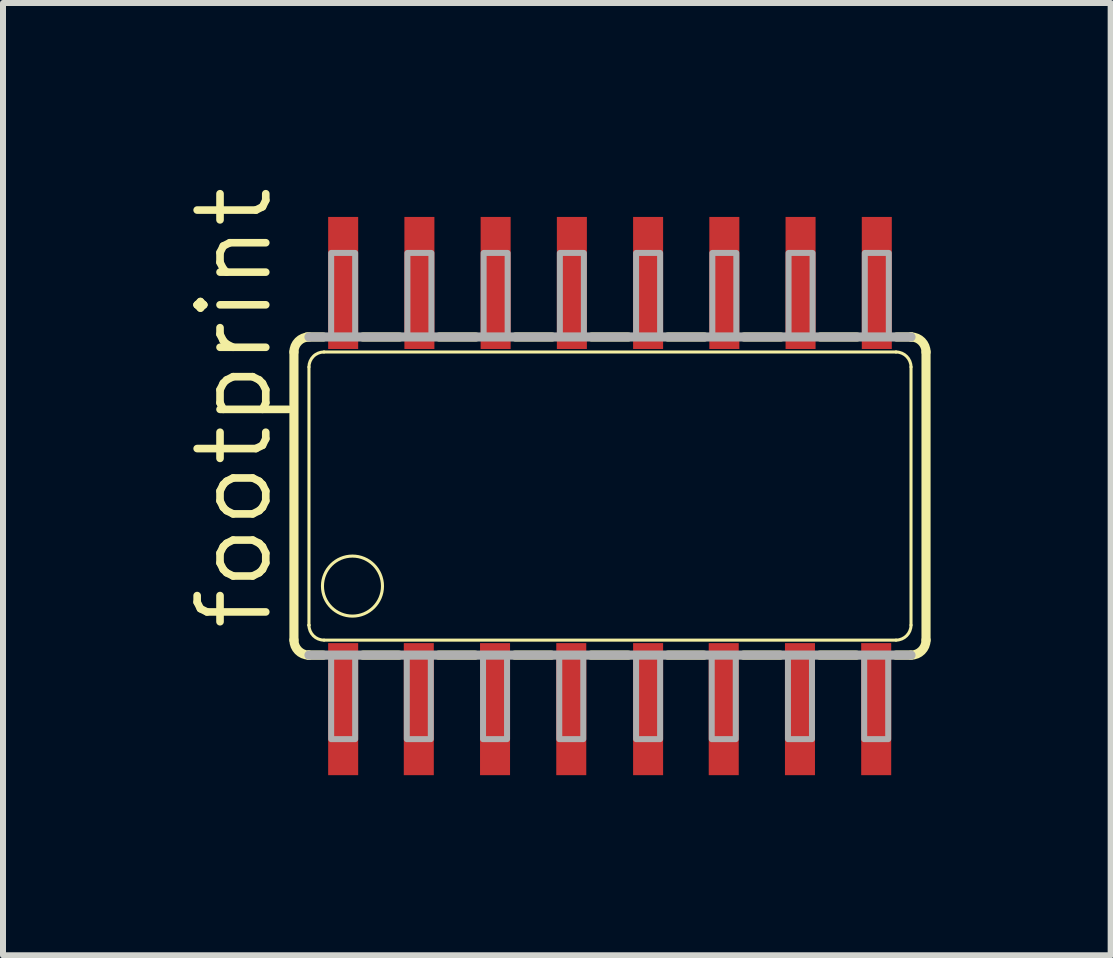
<source format=kicad_pcb>
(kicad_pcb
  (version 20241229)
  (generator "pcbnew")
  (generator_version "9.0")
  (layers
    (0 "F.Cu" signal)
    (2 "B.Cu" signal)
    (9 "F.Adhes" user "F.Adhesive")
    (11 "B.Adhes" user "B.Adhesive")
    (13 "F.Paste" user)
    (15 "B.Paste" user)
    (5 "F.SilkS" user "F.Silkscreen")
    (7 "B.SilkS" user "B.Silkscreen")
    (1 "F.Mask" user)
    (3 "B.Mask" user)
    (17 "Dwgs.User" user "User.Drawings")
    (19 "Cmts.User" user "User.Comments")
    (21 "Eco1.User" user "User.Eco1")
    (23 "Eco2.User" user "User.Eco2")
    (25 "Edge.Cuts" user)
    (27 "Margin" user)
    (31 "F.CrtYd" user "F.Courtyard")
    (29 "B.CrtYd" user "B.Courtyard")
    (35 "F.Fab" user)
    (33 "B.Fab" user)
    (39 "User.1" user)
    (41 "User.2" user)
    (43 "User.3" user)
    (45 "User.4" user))
  (footprint "footprint"
    (layer "F.Cu")
    (at 7.112 5.214)
    (property "Reference" "footprint" (at -5.588 2.286 90) (layer "F.SilkS") (effects (font (size 1.143 1.143) (thickness 0.127)) (justify left bottom)))
    (fp_line (start -5.265 2.4) (end -5.265 -2.4) (stroke (width 0.152) (type solid)) (layer "F.SilkS"))
    (fp_line (start -5.05 -2.65) (end -4.775 -2.65) (stroke (width 0.152) (type solid)) (layer "F.SilkS"))
    (fp_line (start -5.02 2.65) (end -4.775 2.65) (stroke (width 0.152) (type solid)) (layer "F.SilkS"))
    (fp_line (start -5.015 2.15) (end -5.015 -2.15) (stroke (width 0.051) (type solid)) (layer "F.SilkS"))
    (fp_line (start -5.015 2.153) (end -5.015 2.15) (stroke (width 0.051) (type solid)) (layer "F.SilkS"))
    (fp_line (start -4.764 -2.4) (end 4.765 -2.4) (stroke (width 0.051) (type solid)) (layer "F.SilkS"))
    (fp_line (start -4.115 -2.65) (end -3.505 -2.65) (stroke (width 0.152) (type solid)) (layer "F.SilkS"))
    (fp_line (start -4.115 2.65) (end -3.515 2.65) (stroke (width 0.152) (type solid)) (layer "F.SilkS"))
    (fp_line (start -2.855 2.65) (end -2.245 2.65) (stroke (width 0.152) (type solid)) (layer "F.SilkS"))
    (fp_line (start -2.845 -2.65) (end -2.235 -2.65) (stroke (width 0.152) (type solid)) (layer "F.SilkS"))
    (fp_line (start -1.585 2.65) (end -0.975 2.65) (stroke (width 0.152) (type solid)) (layer "F.SilkS"))
    (fp_line (start -1.575 -2.65) (end -0.965 -2.65) (stroke (width 0.152) (type solid)) (layer "F.SilkS"))
    (fp_line (start -0.315 2.65) (end 0.305 2.65) (stroke (width 0.152) (type solid)) (layer "F.SilkS"))
    (fp_line (start 0.305 -2.65) (end -0.305 -2.65) (stroke (width 0.152) (type solid)) (layer "F.SilkS"))
    (fp_line (start 0.965 -2.65) (end 1.575 -2.65) (stroke (width 0.152) (type solid)) (layer "F.SilkS"))
    (fp_line (start 0.965 2.65) (end 1.565 2.65) (stroke (width 0.152) (type solid)) (layer "F.SilkS"))
    (fp_line (start 2.225 2.65) (end 2.835 2.65) (stroke (width 0.152) (type solid)) (layer "F.SilkS"))
    (fp_line (start 2.845 -2.65) (end 2.235 -2.65) (stroke (width 0.152) (type solid)) (layer "F.SilkS"))
    (fp_line (start 3.495 2.65) (end 4.105 2.65) (stroke (width 0.152) (type solid)) (layer "F.SilkS"))
    (fp_line (start 4.115 -2.65) (end 3.505 -2.65) (stroke (width 0.152) (type solid)) (layer "F.SilkS"))
    (fp_line (start 4.765 2.4) (end -4.762 2.4) (stroke (width 0.051) (type solid)) (layer "F.SilkS"))
    (fp_line (start 4.765 2.65) (end 5.01 2.65) (stroke (width 0.152) (type solid)) (layer "F.SilkS"))
    (fp_line (start 5.015 -2.15) (end 5.015 2.15) (stroke (width 0.051) (type solid)) (layer "F.SilkS"))
    (fp_line (start 5.02 -2.65) (end 4.775 -2.65) (stroke (width 0.152) (type solid)) (layer "F.SilkS"))
    (fp_line (start 5.265 -2.4) (end 5.265 2.4) (stroke (width 0.152) (type solid)) (layer "F.SilkS"))
    (fp_arc (start -5.265 -2.4) (mid -5.191777 -2.576777) (end -5.015 -2.65) (stroke (width 0.1524) (type solid)) (layer "F.SilkS"))
    (fp_arc (start -5.019998 2.65) (mid -5.193552 2.575033) (end -5.265 2.4) (stroke (width 0.1524) (type solid)) (layer "F.SilkS"))
    (fp_arc (start -5.015 -2.15) (mid -4.941429 -2.327166) (end -4.764 -2.4001) (stroke (width 0.0508) (type solid)) (layer "F.SilkS"))
    (fp_arc (start -5.015 2.65) (mid -5.0175 2.650012) (end -5.02 2.65) (stroke (width 0.1524) (type solid)) (layer "F.SilkS"))
    (fp_arc (start -4.765 2.3999) (mid -4.941777 2.326677) (end -5.015 2.1499) (stroke (width 0.0508) (type solid)) (layer "F.SilkS"))
    (fp_arc (start 4.765 -2.4) (mid 4.941777 -2.326777) (end 5.015 -2.15) (stroke (width 0.0508) (type solid)) (layer "F.SilkS"))
    (fp_arc (start 5.015 -2.65) (mid 5.0175 -2.650012) (end 5.02 -2.65) (stroke (width 0.1524) (type solid)) (layer "F.SilkS"))
    (fp_arc (start 5.015 2.15) (mid 4.941777 2.326777) (end 4.765 2.4) (stroke (width 0.0508) (type solid)) (layer "F.SilkS"))
    (fp_arc (start 5.02 -2.65) (mid 5.193554 -2.575031) (end 5.265 -2.399998) (stroke (width 0.1524) (type solid)) (layer "F.SilkS"))
    (fp_arc (start 5.265 2.4) (mid 5.191777 2.576777) (end 5.015 2.65) (stroke (width 0.1524) (type solid)) (layer "F.SilkS"))
    (fp_circle (center -4.29 1.5) (end -3.79 1.5) (stroke (width 0.051) (type solid)) (fill no) (layer "F.SilkS"))
    (fp_line (start -5.015 -2.65) (end 5.015 -2.65) (stroke (width 0.152) (type solid)) (layer "F.Fab"))
    (fp_line (start 5.015 2.65) (end -5.015 2.65) (stroke (width 0.152) (type solid)) (layer "F.Fab"))
    (fp_poly (pts (xy -4.645 -2.65) (xy -4.245 -2.65) (xy -4.245 -4.05) (xy -4.645 -4.05)) (stroke (width 0.1) (type solid)) (fill no) (layer "F.Fab"))
    (fp_poly (pts (xy -4.645 4.05) (xy -4.245 4.05) (xy -4.245 2.65) (xy -4.645 2.65)) (stroke (width 0.1) (type solid)) (fill no) (layer "F.Fab"))
    (fp_poly (pts (xy -3.385 4.05) (xy -2.985 4.05) (xy -2.985 2.65) (xy -3.385 2.65)) (stroke (width 0.1) (type solid)) (fill no) (layer "F.Fab"))
    (fp_poly (pts (xy -3.375 -2.65) (xy -2.975 -2.65) (xy -2.975 -4.05) (xy -3.375 -4.05)) (stroke (width 0.1) (type solid)) (fill no) (layer "F.Fab"))
    (fp_poly (pts (xy -2.115 4.05) (xy -1.715 4.05) (xy -1.715 2.65) (xy -2.115 2.65)) (stroke (width 0.1) (type solid)) (fill no) (layer "F.Fab"))
    (fp_poly (pts (xy -2.105 -2.65) (xy -1.705 -2.65) (xy -1.705 -4.05) (xy -2.105 -4.05)) (stroke (width 0.1) (type solid)) (fill no) (layer "F.Fab"))
    (fp_poly (pts (xy -0.845 4.05) (xy -0.445 4.05) (xy -0.445 2.65) (xy -0.845 2.65)) (stroke (width 0.1) (type solid)) (fill no) (layer "F.Fab"))
    (fp_poly (pts (xy -0.835 -2.65) (xy -0.435 -2.65) (xy -0.435 -4.05) (xy -0.835 -4.05)) (stroke (width 0.1) (type solid)) (fill no) (layer "F.Fab"))
    (fp_poly (pts (xy 0.435 -2.65) (xy 0.835 -2.65) (xy 0.835 -4.05) (xy 0.435 -4.05)) (stroke (width 0.1) (type solid)) (fill no) (layer "F.Fab"))
    (fp_poly (pts (xy 0.435 4.05) (xy 0.835 4.05) (xy 0.835 2.65) (xy 0.435 2.65)) (stroke (width 0.1) (type solid)) (fill no) (layer "F.Fab"))
    (fp_poly (pts (xy 1.695 4.05) (xy 2.095 4.05) (xy 2.095 2.65) (xy 1.695 2.65)) (stroke (width 0.1) (type solid)) (fill no) (layer "F.Fab"))
    (fp_poly (pts (xy 1.705 -2.65) (xy 2.105 -2.65) (xy 2.105 -4.05) (xy 1.705 -4.05)) (stroke (width 0.1) (type solid)) (fill no) (layer "F.Fab"))
    (fp_poly (pts (xy 2.965 4.05) (xy 3.365 4.05) (xy 3.365 2.65) (xy 2.965 2.65)) (stroke (width 0.1) (type solid)) (fill no) (layer "F.Fab"))
    (fp_poly (pts (xy 2.975 -2.65) (xy 3.375 -2.65) (xy 3.375 -4.05) (xy 2.975 -4.05)) (stroke (width 0.1) (type solid)) (fill no) (layer "F.Fab"))
    (fp_poly (pts (xy 4.235 4.05) (xy 4.635 4.05) (xy 4.635 2.65) (xy 4.235 2.65)) (stroke (width 0.1) (type solid)) (fill no) (layer "F.Fab"))
    (fp_poly (pts (xy 4.245 -2.65) (xy 4.645 -2.65) (xy 4.645 -4.05) (xy 4.245 -4.05)) (stroke (width 0.1) (type solid)) (fill no) (layer "F.Fab"))
    (pad "1" smd rect (at -4.445 3.55) (size 0.5 2.2) (layers "F.Cu" "F.Mask" "F.Paste"))
    (pad "2" smd rect (at -3.185 3.55) (size 0.5 2.2) (layers "F.Cu" "F.Mask" "F.Paste"))
    (pad "3" smd rect (at -1.915 3.55) (size 0.5 2.2) (layers "F.Cu" "F.Mask" "F.Paste"))
    (pad "4" smd rect (at -0.645 3.55) (size 0.5 2.2) (layers "F.Cu" "F.Mask" "F.Paste"))
    (pad "5" smd rect (at 0.635 3.55) (size 0.5 2.2) (layers "F.Cu" "F.Mask" "F.Paste"))
    (pad "6" smd rect (at 1.895 3.55) (size 0.5 2.2) (layers "F.Cu" "F.Mask" "F.Paste"))
    (pad "7" smd rect (at 3.165 3.55) (size 0.5 2.2) (layers "F.Cu" "F.Mask" "F.Paste"))
    (pad "8" smd rect (at 4.435 3.55) (size 0.5 2.2) (layers "F.Cu" "F.Mask" "F.Paste"))
    (pad "9" smd rect (at 4.445 -3.55) (size 0.5 2.2) (layers "F.Cu" "F.Mask" "F.Paste"))
    (pad "10" smd rect (at 3.175 -3.55) (size 0.5 2.2) (layers "F.Cu" "F.Mask" "F.Paste"))
    (pad "11" smd rect (at 1.905 -3.55) (size 0.5 2.2) (layers "F.Cu" "F.Mask" "F.Paste"))
    (pad "12" smd rect (at 0.635 -3.55) (size 0.5 2.2) (layers "F.Cu" "F.Mask" "F.Paste"))
    (pad "13" smd rect (at -0.635 -3.55) (size 0.5 2.2) (layers "F.Cu" "F.Mask" "F.Paste"))
    (pad "14" smd rect (at -1.905 -3.55) (size 0.5 2.2) (layers "F.Cu" "F.Mask" "F.Paste"))
    (pad "15" smd rect (at -3.175 -3.55) (size 0.5 2.2) (layers "F.Cu" "F.Mask" "F.Paste"))
    (pad "16" smd rect (at -4.445 -3.55) (size 0.5 2.2) (layers "F.Cu" "F.Mask" "F.Paste")))
  (gr_rect
    (start -3 -3)
    (end 15.453 12.864)
    (stroke (width 0.1) (type default))
    (fill no)
    (layer "Edge.Cuts")))
</source>
